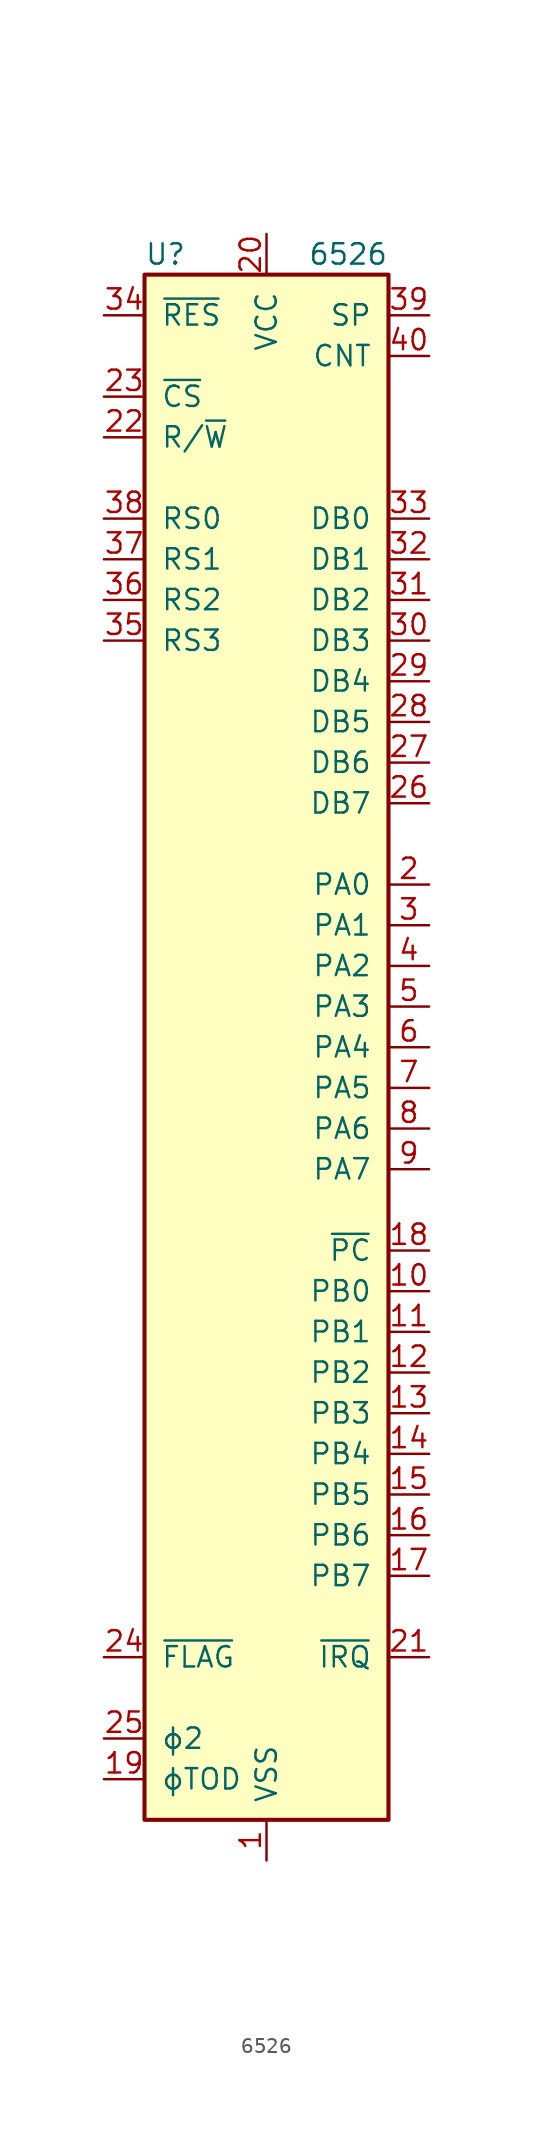
<source format=kicad_sym>
(kicad_symbol_lib
  (version 20220914)
  (generator kicad_symbol_editor)
  (symbol "6526"
    (pin_names
      (offset 1.016))
    (property "Reference" "U"
      (at -7.62 49.53 0)
      (effects (font (size 1.27 1.27)) (justify left)))
    (property "Value" "6526"
      (at 7.62 49.53 0)
      (effects (font (size 1.27 1.27)) (justify right)))
    (symbol "6526_0_1"
      (rectangle (start -7.62 48.26) (end 7.62 -48.26) (stroke (width 0.254) (type default)) (fill (type background))))
    (symbol "6526_1_1"
      (pin power_in line (at 0 -50.8 90) (length 2.54) (name "VSS" (effects (font (size 1.27 1.27)))) (number "1" (effects (font (size 1.27 1.27)))))
      (pin bidirectional line (at 10.16 -15.24 180) (length 2.54) (name "PB0" (effects (font (size 1.27 1.27)))) (number "10" (effects (font (size 1.27 1.27)))))
      (pin bidirectional line (at 10.16 -17.78 180) (length 2.54) (name "PB1" (effects (font (size 1.27 1.27)))) (number "11" (effects (font (size 1.27 1.27)))))
      (pin bidirectional line (at 10.16 -20.32 180) (length 2.54) (name "PB2" (effects (font (size 1.27 1.27)))) (number "12" (effects (font (size 1.27 1.27)))))
      (pin bidirectional line (at 10.16 -22.86 180) (length 2.54) (name "PB3" (effects (font (size 1.27 1.27)))) (number "13" (effects (font (size 1.27 1.27)))))
      (pin bidirectional line (at 10.16 -25.4 180) (length 2.54) (name "PB4" (effects (font (size 1.27 1.27)))) (number "14" (effects (font (size 1.27 1.27)))))
      (pin bidirectional line (at 10.16 -27.94 180) (length 2.54) (name "PB5" (effects (font (size 1.27 1.27)))) (number "15" (effects (font (size 1.27 1.27)))))
      (pin bidirectional line (at 10.16 -30.48 180) (length 2.54) (name "PB6" (effects (font (size 1.27 1.27)))) (number "16" (effects (font (size 1.27 1.27)))))
      (pin bidirectional line (at 10.16 -33.02 180) (length 2.54) (name "PB7" (effects (font (size 1.27 1.27)))) (number "17" (effects (font (size 1.27 1.27)))))
      (pin output line (at 10.16 -12.7 180) (length 2.54) (name "~{PC}" (effects (font (size 1.27 1.27)))) (number "18" (effects (font (size 1.27 1.27)))))
      (pin input line (at -10.16 -45.72 0) (length 2.54) (name "ϕTOD" (effects (font (size 1.27 1.27)))) (number "19" (effects (font (size 1.27 1.27)))))
      (pin bidirectional line (at 10.16 10.16 180) (length 2.54) (name "PA0" (effects (font (size 1.27 1.27)))) (number "2" (effects (font (size 1.27 1.27)))))
      (pin power_in line (at 0 50.8 270) (length 2.54) (name "VCC" (effects (font (size 1.27 1.27)))) (number "20" (effects (font (size 1.27 1.27)))))
      (pin open_collector line (at 10.16 -38.1 180) (length 2.54) (name "~{IRQ}" (effects (font (size 1.27 1.27)))) (number "21" (effects (font (size 1.27 1.27)))))
      (pin input line (at -10.16 38.1 0) (length 2.54) (name "R/~{W}" (effects (font (size 1.27 1.27)))) (number "22" (effects (font (size 1.27 1.27)))))
      (pin input line (at -10.16 40.64 0) (length 2.54) (name "~{CS}" (effects (font (size 1.27 1.27)))) (number "23" (effects (font (size 1.27 1.27)))))
      (pin input line (at -10.16 -38.1 0) (length 2.54) (name "~{FLAG}" (effects (font (size 1.27 1.27)))) (number "24" (effects (font (size 1.27 1.27)))))
      (pin input line (at -10.16 -43.18 0) (length 2.54) (name "ϕ2" (effects (font (size 1.27 1.27)))) (number "25" (effects (font (size 1.27 1.27)))))
      (pin bidirectional line (at 10.16 15.24 180) (length 2.54) (name "DB7" (effects (font (size 1.27 1.27)))) (number "26" (effects (font (size 1.27 1.27)))))
      (pin bidirectional line (at 10.16 17.78 180) (length 2.54) (name "DB6" (effects (font (size 1.27 1.27)))) (number "27" (effects (font (size 1.27 1.27)))))
      (pin bidirectional line (at 10.16 20.32 180) (length 2.54) (name "DB5" (effects (font (size 1.27 1.27)))) (number "28" (effects (font (size 1.27 1.27)))))
      (pin bidirectional line (at 10.16 22.86 180) (length 2.54) (name "DB4" (effects (font (size 1.27 1.27)))) (number "29" (effects (font (size 1.27 1.27)))))
      (pin bidirectional line (at 10.16 7.62 180) (length 2.54) (name "PA1" (effects (font (size 1.27 1.27)))) (number "3" (effects (font (size 1.27 1.27)))))
      (pin bidirectional line (at 10.16 25.4 180) (length 2.54) (name "DB3" (effects (font (size 1.27 1.27)))) (number "30" (effects (font (size 1.27 1.27)))))
      (pin bidirectional line (at 10.16 27.94 180) (length 2.54) (name "DB2" (effects (font (size 1.27 1.27)))) (number "31" (effects (font (size 1.27 1.27)))))
      (pin bidirectional line (at 10.16 30.48 180) (length 2.54) (name "DB1" (effects (font (size 1.27 1.27)))) (number "32" (effects (font (size 1.27 1.27)))))
      (pin bidirectional line (at 10.16 33.02 180) (length 2.54) (name "DB0" (effects (font (size 1.27 1.27)))) (number "33" (effects (font (size 1.27 1.27)))))
      (pin input line (at -10.16 45.72 0) (length 2.54) (name "~{RES}" (effects (font (size 1.27 1.27)))) (number "34" (effects (font (size 1.27 1.27)))))
      (pin input line (at -10.16 25.4 0) (length 2.54) (name "RS3" (effects (font (size 1.27 1.27)))) (number "35" (effects (font (size 1.27 1.27)))))
      (pin input line (at -10.16 27.94 0) (length 2.54) (name "RS2" (effects (font (size 1.27 1.27)))) (number "36" (effects (font (size 1.27 1.27)))))
      (pin input line (at -10.16 30.48 0) (length 2.54) (name "RS1" (effects (font (size 1.27 1.27)))) (number "37" (effects (font (size 1.27 1.27)))))
      (pin input line (at -10.16 33.02 0) (length 2.54) (name "RS0" (effects (font (size 1.27 1.27)))) (number "38" (effects (font (size 1.27 1.27)))))
      (pin bidirectional line (at 10.16 45.72 180) (length 2.54) (name "SP" (effects (font (size 1.27 1.27)))) (number "39" (effects (font (size 1.27 1.27)))))
      (pin bidirectional line (at 10.16 5.08 180) (length 2.54) (name "PA2" (effects (font (size 1.27 1.27)))) (number "4" (effects (font (size 1.27 1.27)))))
      (pin bidirectional line (at 10.16 43.18 180) (length 2.54) (name "CNT" (effects (font (size 1.27 1.27)))) (number "40" (effects (font (size 1.27 1.27)))))
      (pin bidirectional line (at 10.16 2.54 180) (length 2.54) (name "PA3" (effects (font (size 1.27 1.27)))) (number "5" (effects (font (size 1.27 1.27)))))
      (pin bidirectional line (at 10.16 0 180) (length 2.54) (name "PA4" (effects (font (size 1.27 1.27)))) (number "6" (effects (font (size 1.27 1.27)))))
      (pin bidirectional line (at 10.16 -2.54 180) (length 2.54) (name "PA5" (effects (font (size 1.27 1.27)))) (number "7" (effects (font (size 1.27 1.27)))))
      (pin bidirectional line (at 10.16 -5.08 180) (length 2.54) (name "PA6" (effects (font (size 1.27 1.27)))) (number "8" (effects (font (size 1.27 1.27)))))
      (pin bidirectional line (at 10.16 -7.62 180) (length 2.54) (name "PA7" (effects (font (size 1.27 1.27)))) (number "9" (effects (font (size 1.27 1.27))))))))
</source>
